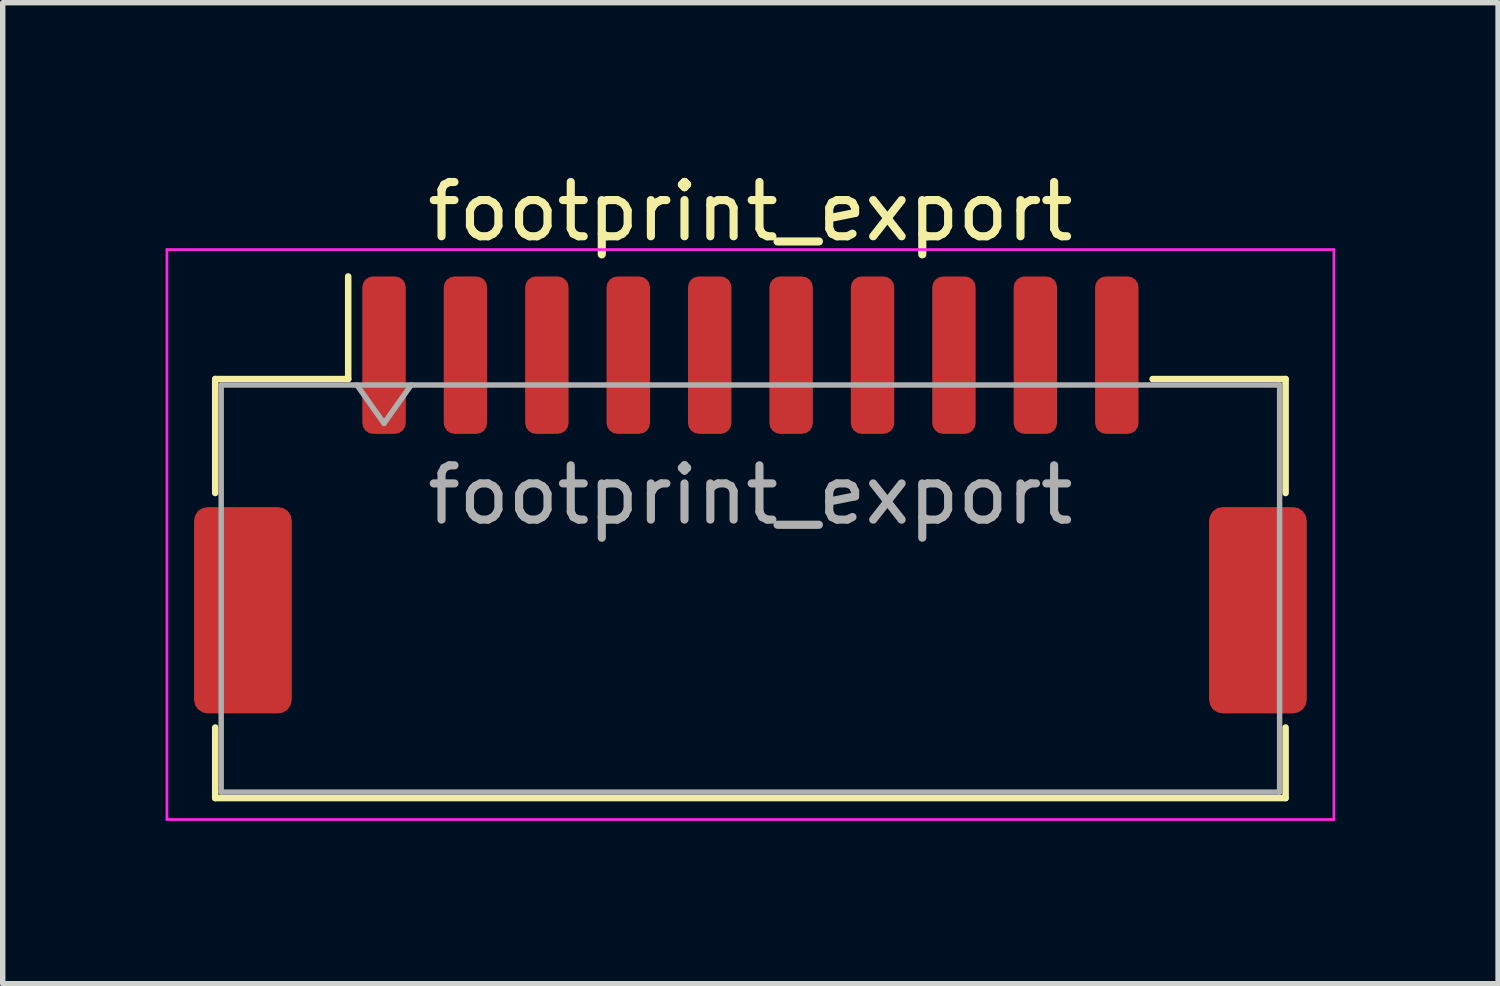
<source format=kicad_pcb>
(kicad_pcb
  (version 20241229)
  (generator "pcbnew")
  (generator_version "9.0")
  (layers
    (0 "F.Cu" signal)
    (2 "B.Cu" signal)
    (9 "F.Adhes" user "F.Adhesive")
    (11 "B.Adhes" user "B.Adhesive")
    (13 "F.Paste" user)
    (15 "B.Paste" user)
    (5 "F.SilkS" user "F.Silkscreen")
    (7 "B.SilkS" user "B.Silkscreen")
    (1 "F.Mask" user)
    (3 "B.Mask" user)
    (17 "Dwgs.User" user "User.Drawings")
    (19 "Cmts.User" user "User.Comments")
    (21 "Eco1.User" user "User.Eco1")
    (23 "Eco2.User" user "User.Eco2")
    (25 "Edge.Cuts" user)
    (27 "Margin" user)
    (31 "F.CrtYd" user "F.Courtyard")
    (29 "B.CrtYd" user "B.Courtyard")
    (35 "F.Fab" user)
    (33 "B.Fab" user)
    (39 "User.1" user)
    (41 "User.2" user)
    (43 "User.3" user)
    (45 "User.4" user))
  (footprint "footprint_export"
    (layer "F.Cu")
    (at 10.775 6.068)
    (property "Reference" "footprint_export" (at 0 -5.22 0) (layer "F.SilkS") (effects (font (size 1 1) (thickness 0.15))))
    (attr smd)
    (fp_line (start -9.86 -2.135) (end -7.41 -2.135) (stroke (width 0.12) (type solid)) (layer "F.SilkS"))
    (fp_line (start -9.86 -0.035) (end -9.86 -2.135) (stroke (width 0.12) (type solid)) (layer "F.SilkS"))
    (fp_line (start -9.86 4.285) (end -9.86 5.585) (stroke (width 0.12) (type solid)) (layer "F.SilkS"))
    (fp_line (start -9.86 5.585) (end 9.86 5.585) (stroke (width 0.12) (type solid)) (layer "F.SilkS"))
    (fp_line (start -7.41 -2.135) (end -7.41 -4.025) (stroke (width 0.12) (type solid)) (layer "F.SilkS"))
    (fp_line (start 9.86 -2.135) (end 7.41 -2.135) (stroke (width 0.12) (type solid)) (layer "F.SilkS"))
    (fp_line (start 9.86 -0.035) (end 9.86 -2.135) (stroke (width 0.12) (type solid)) (layer "F.SilkS"))
    (fp_line (start 9.86 5.585) (end 9.86 4.285) (stroke (width 0.12) (type solid)) (layer "F.SilkS"))
    (fp_line (start -10.75 -4.52) (end -10.75 5.98) (stroke (width 0.05) (type solid)) (layer "F.CrtYd"))
    (fp_line (start -10.75 5.98) (end 10.75 5.98) (stroke (width 0.05) (type solid)) (layer "F.CrtYd"))
    (fp_line (start 10.75 -4.52) (end -10.75 -4.52) (stroke (width 0.05) (type solid)) (layer "F.CrtYd"))
    (fp_line (start 10.75 5.98) (end 10.75 -4.52) (stroke (width 0.05) (type solid)) (layer "F.CrtYd"))
    (fp_line (start -9.75 -2.025) (end -9.75 5.475) (stroke (width 0.1) (type solid)) (layer "F.Fab"))
    (fp_line (start -9.75 -2.025) (end 9.75 -2.025) (stroke (width 0.1) (type solid)) (layer "F.Fab"))
    (fp_line (start -9.75 5.475) (end 9.75 5.475) (stroke (width 0.1) (type solid)) (layer "F.Fab"))
    (fp_line (start -7.25 -2.025) (end -6.75 -1.318) (stroke (width 0.1) (type solid)) (layer "F.Fab"))
    (fp_line (start -6.75 -1.318) (end -6.25 -2.025) (stroke (width 0.1) (type solid)) (layer "F.Fab"))
    (fp_line (start 9.75 -2.025) (end 9.75 5.475) (stroke (width 0.1) (type solid)) (layer "F.Fab"))
    (fp_text user "${REFERENCE}" (at 0 0 0) (layer "F.Fab") (effects (font (size 1 1) (thickness 0.15))))
    (pad "1" smd roundrect (at -6.75 -2.575) (size 0.8 2.9) (layers "F.Cu" "F.Mask" "F.Paste") (roundrect_rratio 0.25))
    (pad "2" smd roundrect (at -5.25 -2.575) (size 0.8 2.9) (layers "F.Cu" "F.Mask" "F.Paste") (roundrect_rratio 0.25))
    (pad "3" smd roundrect (at -3.75 -2.575) (size 0.8 2.9) (layers "F.Cu" "F.Mask" "F.Paste") (roundrect_rratio 0.25))
    (pad "4" smd roundrect (at -2.25 -2.575) (size 0.8 2.9) (layers "F.Cu" "F.Mask" "F.Paste") (roundrect_rratio 0.25))
    (pad "5" smd roundrect (at -0.75 -2.575) (size 0.8 2.9) (layers "F.Cu" "F.Mask" "F.Paste") (roundrect_rratio 0.25))
    (pad "6" smd roundrect (at 0.75 -2.575) (size 0.8 2.9) (layers "F.Cu" "F.Mask" "F.Paste") (roundrect_rratio 0.25))
    (pad "7" smd roundrect (at 2.25 -2.575) (size 0.8 2.9) (layers "F.Cu" "F.Mask" "F.Paste") (roundrect_rratio 0.25))
    (pad "8" smd roundrect (at 3.75 -2.575) (size 0.8 2.9) (layers "F.Cu" "F.Mask" "F.Paste") (roundrect_rratio 0.25))
    (pad "9" smd roundrect (at 5.25 -2.575) (size 0.8 2.9) (layers "F.Cu" "F.Mask" "F.Paste") (roundrect_rratio 0.25))
    (pad "10" smd roundrect (at 6.75 -2.575) (size 0.8 2.9) (layers "F.Cu" "F.Mask" "F.Paste") (roundrect_rratio 0.25))
    (pad "MP" smd roundrect (at -9.35 2.125) (size 1.8 3.8) (layers "F.Cu" "F.Mask" "F.Paste") (roundrect_rratio 0.139))
    (pad "MP" smd roundrect (at 9.35 2.125) (size 1.8 3.8) (layers "F.Cu" "F.Mask" "F.Paste") (roundrect_rratio 0.139)))
  (gr_rect
    (start -3 -3)
    (end 24.55 15.073)
    (stroke (width 0.1) (type default))
    (fill no)
    (layer "Edge.Cuts")))
</source>
